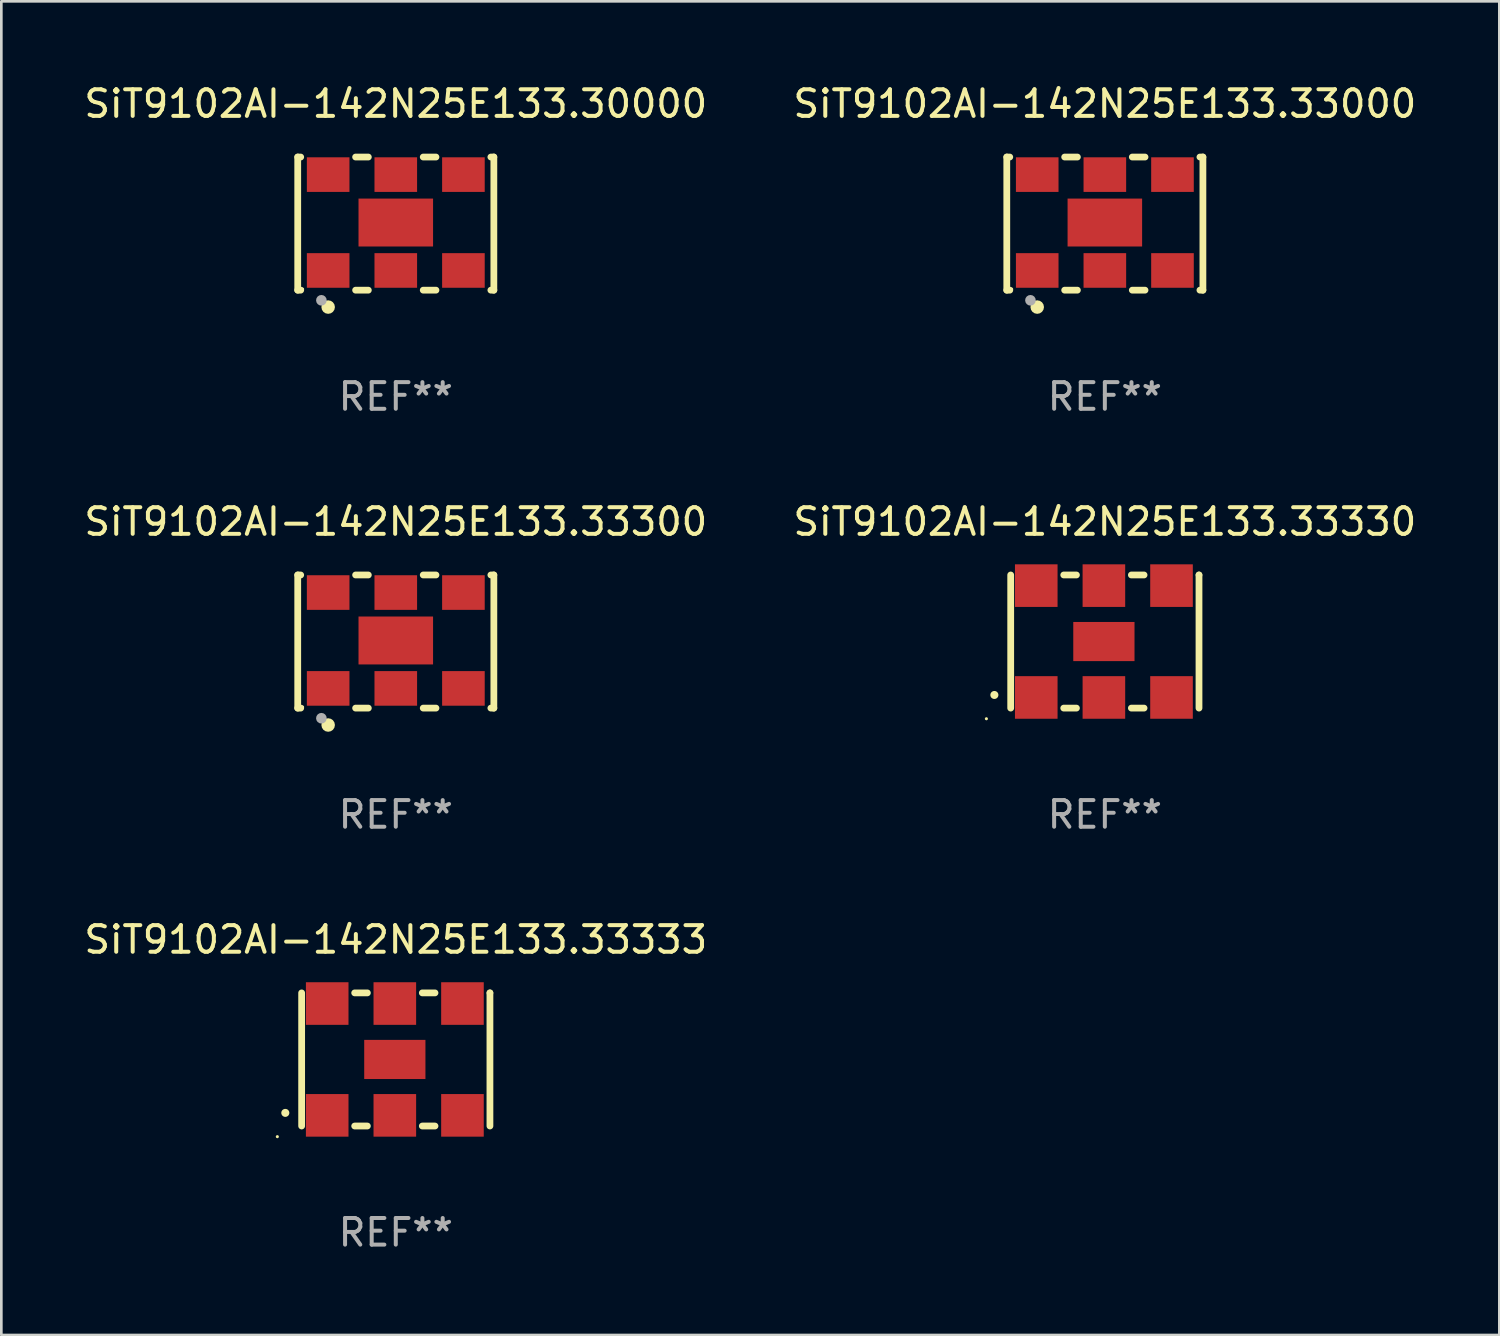
<source format=kicad_pcb>
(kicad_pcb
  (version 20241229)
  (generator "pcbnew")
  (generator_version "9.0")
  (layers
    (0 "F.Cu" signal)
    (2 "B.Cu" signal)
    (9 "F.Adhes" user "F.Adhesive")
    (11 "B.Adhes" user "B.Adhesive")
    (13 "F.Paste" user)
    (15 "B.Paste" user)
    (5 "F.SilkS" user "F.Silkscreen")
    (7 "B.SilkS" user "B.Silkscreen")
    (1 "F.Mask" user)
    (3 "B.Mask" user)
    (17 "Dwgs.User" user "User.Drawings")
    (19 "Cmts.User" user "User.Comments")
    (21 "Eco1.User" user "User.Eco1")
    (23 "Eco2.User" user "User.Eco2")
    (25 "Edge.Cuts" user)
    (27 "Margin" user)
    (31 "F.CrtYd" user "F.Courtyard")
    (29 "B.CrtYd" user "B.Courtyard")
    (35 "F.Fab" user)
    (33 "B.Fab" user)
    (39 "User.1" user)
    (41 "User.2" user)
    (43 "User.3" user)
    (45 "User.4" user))
  (footprint "SiT9102AI-142N25E133.33330"
    (layer "F.Cu")
    (at 38.446 21.045)
    (property "Reference" "SiT9102AI-142N25E133.33330" (at 0 -4.5 0) (layer "F.SilkS") (effects (font (size 1 1) (thickness 0.15))))
    (attr through_hole)
    (fp_line (start -3.536 -2.5) (end -3.536 2.5) (stroke (width 0.254) (type solid)) (layer "F.SilkS"))
    (fp_line (start -1.544 2.5) (end -1.067 2.5) (stroke (width 0.254) (type solid)) (layer "F.SilkS"))
    (fp_line (start -1.067 -2.5) (end -1.544 -2.5) (stroke (width 0.254) (type solid)) (layer "F.SilkS"))
    (fp_line (start 0.996 2.5) (end 1.473 2.5) (stroke (width 0.254) (type solid)) (layer "F.SilkS"))
    (fp_line (start 1.473 -2.5) (end 0.996 -2.5) (stroke (width 0.254) (type solid)) (layer "F.SilkS"))
    (fp_line (start 3.536 -2.5) (end 3.536 -2.5) (stroke (width 0.254) (type solid)) (layer "F.SilkS"))
    (fp_line (start 3.536 2.5) (end 3.536 -2.5) (stroke (width 0.254) (type solid)) (layer "F.SilkS"))
    (fp_arc (start -4.150432 2.006604) (mid -4.149162 2.006599) (end -4.147892 2.006604) (stroke (width 0.3) (type solid)) (layer "F.SilkS"))
    (fp_circle (center -4.449 2.9) (end -4.419 2.9) (stroke (width 0.06) (type solid)) (fill no) (layer "F.SilkS"))
    (fp_text user "REF**" (at 0 6.5 0) (layer "F.Fab") (effects (font (size 1 1) (thickness 0.15))))
    (pad "1" smd rect (at -2.576 2.1) (size 1.6 1.6) (layers "F.Cu" "F.Mask" "F.Paste"))
    (pad "2" smd rect (at -0.036 2.1) (size 1.6 1.6) (layers "F.Cu" "F.Mask" "F.Paste"))
    (pad "3" smd rect (at 2.504 2.1) (size 1.6 1.6) (layers "F.Cu" "F.Mask" "F.Paste"))
    (pad "4" smd rect (at 2.504 -2.1) (size 1.6 1.6) (layers "F.Cu" "F.Mask" "F.Paste"))
    (pad "5" smd rect (at -0.036 -2.1) (size 1.6 1.6) (layers "F.Cu" "F.Mask" "F.Paste"))
    (pad "6" smd rect (at -2.576 -2.1) (size 1.6 1.6) (layers "F.Cu" "F.Mask" "F.Paste"))
    (pad "7" smd rect (at -0.036 0) (size 2.3 1.47) (layers "F.Cu" "F.Mask" "F.Paste")))
  (footprint "SiT9102AI-142N25E133.33000"
    (layer "F.Cu")
    (at 38.446 5.348)
    (property "Reference" "SiT9102AI-142N25E133.33000" (at 0 -4.5 0) (layer "F.SilkS") (effects (font (size 1 1) (thickness 0.15))))
    (attr through_hole)
    (fp_line (start -3.683 -2.5) (end -3.571 -2.5) (stroke (width 0.254) (type solid)) (layer "F.SilkS"))
    (fp_line (start -3.683 2.5) (end -3.683 -2.5) (stroke (width 0.254) (type solid)) (layer "F.SilkS"))
    (fp_line (start -3.683 2.5) (end -3.571 2.5) (stroke (width 0.254) (type solid)) (layer "F.SilkS"))
    (fp_line (start -1.509 -2.5) (end -1.031 -2.5) (stroke (width 0.254) (type solid)) (layer "F.SilkS"))
    (fp_line (start -1.509 2.5) (end -1.031 2.5) (stroke (width 0.254) (type solid)) (layer "F.SilkS"))
    (fp_line (start 1.031 -2.5) (end 1.509 -2.5) (stroke (width 0.254) (type solid)) (layer "F.SilkS"))
    (fp_line (start 1.031 2.5) (end 1.509 2.5) (stroke (width 0.254) (type solid)) (layer "F.SilkS"))
    (fp_line (start 3.571 -2.5) (end 3.683 -2.5) (stroke (width 0.254) (type solid)) (layer "F.SilkS"))
    (fp_line (start 3.571 2.5) (end 3.683 2.5) (stroke (width 0.254) (type solid)) (layer "F.SilkS"))
    (fp_line (start 3.683 2.5) (end 3.683 -2.5) (stroke (width 0.254) (type solid)) (layer "F.SilkS"))
    (fp_circle (center -3.5 2.46) (end -3.47 2.46) (stroke (width 0.06) (type solid)) (fill no) (layer "F.SilkS"))
    (fp_circle (center -2.54 3.135) (end -2.413 3.135) (stroke (width 0.254) (type solid)) (fill no) (layer "F.SilkS"))
    (fp_circle (center -2.794 2.881) (end -2.694 2.881) (stroke (width 0.2) (type solid)) (fill no) (layer "F.Fab"))
    (fp_text user "REF**" (at 0 6.5 0) (layer "F.Fab") (effects (font (size 1 1) (thickness 0.15))))
    (pad "1" smd rect (at -2.54 1.76) (size 1.6 1.3) (layers "F.Cu" "F.Mask" "F.Paste"))
    (pad "2" smd rect (at 0 1.76) (size 1.6 1.3) (layers "F.Cu" "F.Mask" "F.Paste"))
    (pad "3" smd rect (at 2.54 1.76) (size 1.6 1.3) (layers "F.Cu" "F.Mask" "F.Paste"))
    (pad "4" smd rect (at 2.54 -1.84) (size 1.6 1.3) (layers "F.Cu" "F.Mask" "F.Paste"))
    (pad "5" smd rect (at 0 -1.84) (size 1.6 1.3) (layers "F.Cu" "F.Mask" "F.Paste"))
    (pad "6" smd rect (at -2.54 -1.84) (size 1.6 1.3) (layers "F.Cu" "F.Mask" "F.Paste"))
    (pad "7" smd rect (at 0 -0.04) (size 2.8 1.8) (layers "F.Cu" "F.Mask" "F.Paste")))
  (footprint "SiT9102AI-142N25E133.33333"
    (layer "F.Cu")
    (at 11.815 36.741)
    (property "Reference" "SiT9102AI-142N25E133.33333" (at 0 -4.5 0) (layer "F.SilkS") (effects (font (size 1 1) (thickness 0.15))))
    (attr through_hole)
    (fp_line (start -3.536 -2.5) (end -3.536 2.5) (stroke (width 0.254) (type solid)) (layer "F.SilkS"))
    (fp_line (start -1.544 2.5) (end -1.067 2.5) (stroke (width 0.254) (type solid)) (layer "F.SilkS"))
    (fp_line (start -1.067 -2.5) (end -1.544 -2.5) (stroke (width 0.254) (type solid)) (layer "F.SilkS"))
    (fp_line (start 0.996 2.5) (end 1.473 2.5) (stroke (width 0.254) (type solid)) (layer "F.SilkS"))
    (fp_line (start 1.473 -2.5) (end 0.996 -2.5) (stroke (width 0.254) (type solid)) (layer "F.SilkS"))
    (fp_line (start 3.536 -2.5) (end 3.536 -2.5) (stroke (width 0.254) (type solid)) (layer "F.SilkS"))
    (fp_line (start 3.536 2.5) (end 3.536 -2.5) (stroke (width 0.254) (type solid)) (layer "F.SilkS"))
    (fp_arc (start -4.150432 2.006604) (mid -4.149162 2.006599) (end -4.147892 2.006604) (stroke (width 0.3) (type solid)) (layer "F.SilkS"))
    (fp_circle (center -4.449 2.9) (end -4.419 2.9) (stroke (width 0.06) (type solid)) (fill no) (layer "F.SilkS"))
    (fp_text user "REF**" (at 0 6.5 0) (layer "F.Fab") (effects (font (size 1 1) (thickness 0.15))))
    (pad "1" smd rect (at -2.576 2.1) (size 1.6 1.6) (layers "F.Cu" "F.Mask" "F.Paste"))
    (pad "2" smd rect (at -0.036 2.1) (size 1.6 1.6) (layers "F.Cu" "F.Mask" "F.Paste"))
    (pad "3" smd rect (at 2.504 2.1) (size 1.6 1.6) (layers "F.Cu" "F.Mask" "F.Paste"))
    (pad "4" smd rect (at 2.504 -2.1) (size 1.6 1.6) (layers "F.Cu" "F.Mask" "F.Paste"))
    (pad "5" smd rect (at -0.036 -2.1) (size 1.6 1.6) (layers "F.Cu" "F.Mask" "F.Paste"))
    (pad "6" smd rect (at -2.576 -2.1) (size 1.6 1.6) (layers "F.Cu" "F.Mask" "F.Paste"))
    (pad "7" smd rect (at -0.036 0) (size 2.3 1.47) (layers "F.Cu" "F.Mask" "F.Paste")))
  (footprint "SiT9102AI-142N25E133.30000"
    (layer "F.Cu")
    (at 11.815 5.348)
    (property "Reference" "SiT9102AI-142N25E133.30000" (at 0 -4.5 0) (layer "F.SilkS") (effects (font (size 1 1) (thickness 0.15))))
    (attr through_hole)
    (fp_line (start -3.683 -2.5) (end -3.571 -2.5) (stroke (width 0.254) (type solid)) (layer "F.SilkS"))
    (fp_line (start -3.683 2.5) (end -3.683 -2.5) (stroke (width 0.254) (type solid)) (layer "F.SilkS"))
    (fp_line (start -3.683 2.5) (end -3.571 2.5) (stroke (width 0.254) (type solid)) (layer "F.SilkS"))
    (fp_line (start -1.509 -2.5) (end -1.031 -2.5) (stroke (width 0.254) (type solid)) (layer "F.SilkS"))
    (fp_line (start -1.509 2.5) (end -1.031 2.5) (stroke (width 0.254) (type solid)) (layer "F.SilkS"))
    (fp_line (start 1.031 -2.5) (end 1.509 -2.5) (stroke (width 0.254) (type solid)) (layer "F.SilkS"))
    (fp_line (start 1.031 2.5) (end 1.509 2.5) (stroke (width 0.254) (type solid)) (layer "F.SilkS"))
    (fp_line (start 3.571 -2.5) (end 3.683 -2.5) (stroke (width 0.254) (type solid)) (layer "F.SilkS"))
    (fp_line (start 3.571 2.5) (end 3.683 2.5) (stroke (width 0.254) (type solid)) (layer "F.SilkS"))
    (fp_line (start 3.683 2.5) (end 3.683 -2.5) (stroke (width 0.254) (type solid)) (layer "F.SilkS"))
    (fp_circle (center -3.5 2.46) (end -3.47 2.46) (stroke (width 0.06) (type solid)) (fill no) (layer "F.SilkS"))
    (fp_circle (center -2.54 3.135) (end -2.413 3.135) (stroke (width 0.254) (type solid)) (fill no) (layer "F.SilkS"))
    (fp_circle (center -2.794 2.881) (end -2.694 2.881) (stroke (width 0.2) (type solid)) (fill no) (layer "F.Fab"))
    (fp_text user "REF**" (at 0 6.5 0) (layer "F.Fab") (effects (font (size 1 1) (thickness 0.15))))
    (pad "1" smd rect (at -2.54 1.76) (size 1.6 1.3) (layers "F.Cu" "F.Mask" "F.Paste"))
    (pad "2" smd rect (at 0 1.76) (size 1.6 1.3) (layers "F.Cu" "F.Mask" "F.Paste"))
    (pad "3" smd rect (at 2.54 1.76) (size 1.6 1.3) (layers "F.Cu" "F.Mask" "F.Paste"))
    (pad "4" smd rect (at 2.54 -1.84) (size 1.6 1.3) (layers "F.Cu" "F.Mask" "F.Paste"))
    (pad "5" smd rect (at 0 -1.84) (size 1.6 1.3) (layers "F.Cu" "F.Mask" "F.Paste"))
    (pad "6" smd rect (at -2.54 -1.84) (size 1.6 1.3) (layers "F.Cu" "F.Mask" "F.Paste"))
    (pad "7" smd rect (at 0 -0.04) (size 2.8 1.8) (layers "F.Cu" "F.Mask" "F.Paste")))
  (footprint "SiT9102AI-142N25E133.33300"
    (layer "F.Cu")
    (at 11.815 21.045)
    (property "Reference" "SiT9102AI-142N25E133.33300" (at 0 -4.5 0) (layer "F.SilkS") (effects (font (size 1 1) (thickness 0.15))))
    (attr through_hole)
    (fp_line (start -3.683 -2.5) (end -3.571 -2.5) (stroke (width 0.254) (type solid)) (layer "F.SilkS"))
    (fp_line (start -3.683 2.5) (end -3.683 -2.5) (stroke (width 0.254) (type solid)) (layer "F.SilkS"))
    (fp_line (start -3.683 2.5) (end -3.571 2.5) (stroke (width 0.254) (type solid)) (layer "F.SilkS"))
    (fp_line (start -1.509 -2.5) (end -1.031 -2.5) (stroke (width 0.254) (type solid)) (layer "F.SilkS"))
    (fp_line (start -1.509 2.5) (end -1.031 2.5) (stroke (width 0.254) (type solid)) (layer "F.SilkS"))
    (fp_line (start 1.031 -2.5) (end 1.509 -2.5) (stroke (width 0.254) (type solid)) (layer "F.SilkS"))
    (fp_line (start 1.031 2.5) (end 1.509 2.5) (stroke (width 0.254) (type solid)) (layer "F.SilkS"))
    (fp_line (start 3.571 -2.5) (end 3.683 -2.5) (stroke (width 0.254) (type solid)) (layer "F.SilkS"))
    (fp_line (start 3.571 2.5) (end 3.683 2.5) (stroke (width 0.254) (type solid)) (layer "F.SilkS"))
    (fp_line (start 3.683 2.5) (end 3.683 -2.5) (stroke (width 0.254) (type solid)) (layer "F.SilkS"))
    (fp_circle (center -3.5 2.46) (end -3.47 2.46) (stroke (width 0.06) (type solid)) (fill no) (layer "F.SilkS"))
    (fp_circle (center -2.54 3.135) (end -2.413 3.135) (stroke (width 0.254) (type solid)) (fill no) (layer "F.SilkS"))
    (fp_circle (center -2.794 2.881) (end -2.694 2.881) (stroke (width 0.2) (type solid)) (fill no) (layer "F.Fab"))
    (fp_text user "REF**" (at 0 6.5 0) (layer "F.Fab") (effects (font (size 1 1) (thickness 0.15))))
    (pad "1" smd rect (at -2.54 1.76) (size 1.6 1.3) (layers "F.Cu" "F.Mask" "F.Paste"))
    (pad "2" smd rect (at 0 1.76) (size 1.6 1.3) (layers "F.Cu" "F.Mask" "F.Paste"))
    (pad "3" smd rect (at 2.54 1.76) (size 1.6 1.3) (layers "F.Cu" "F.Mask" "F.Paste"))
    (pad "4" smd rect (at 2.54 -1.84) (size 1.6 1.3) (layers "F.Cu" "F.Mask" "F.Paste"))
    (pad "5" smd rect (at 0 -1.84) (size 1.6 1.3) (layers "F.Cu" "F.Mask" "F.Paste"))
    (pad "6" smd rect (at -2.54 -1.84) (size 1.6 1.3) (layers "F.Cu" "F.Mask" "F.Paste"))
    (pad "7" smd rect (at 0 -0.04) (size 2.8 1.8) (layers "F.Cu" "F.Mask" "F.Paste")))
  (gr_rect
    (start -3 -3)
    (end 53.262 47.09)
    (stroke (width 0.1) (type default))
    (fill no)
    (layer "Edge.Cuts")))
</source>
